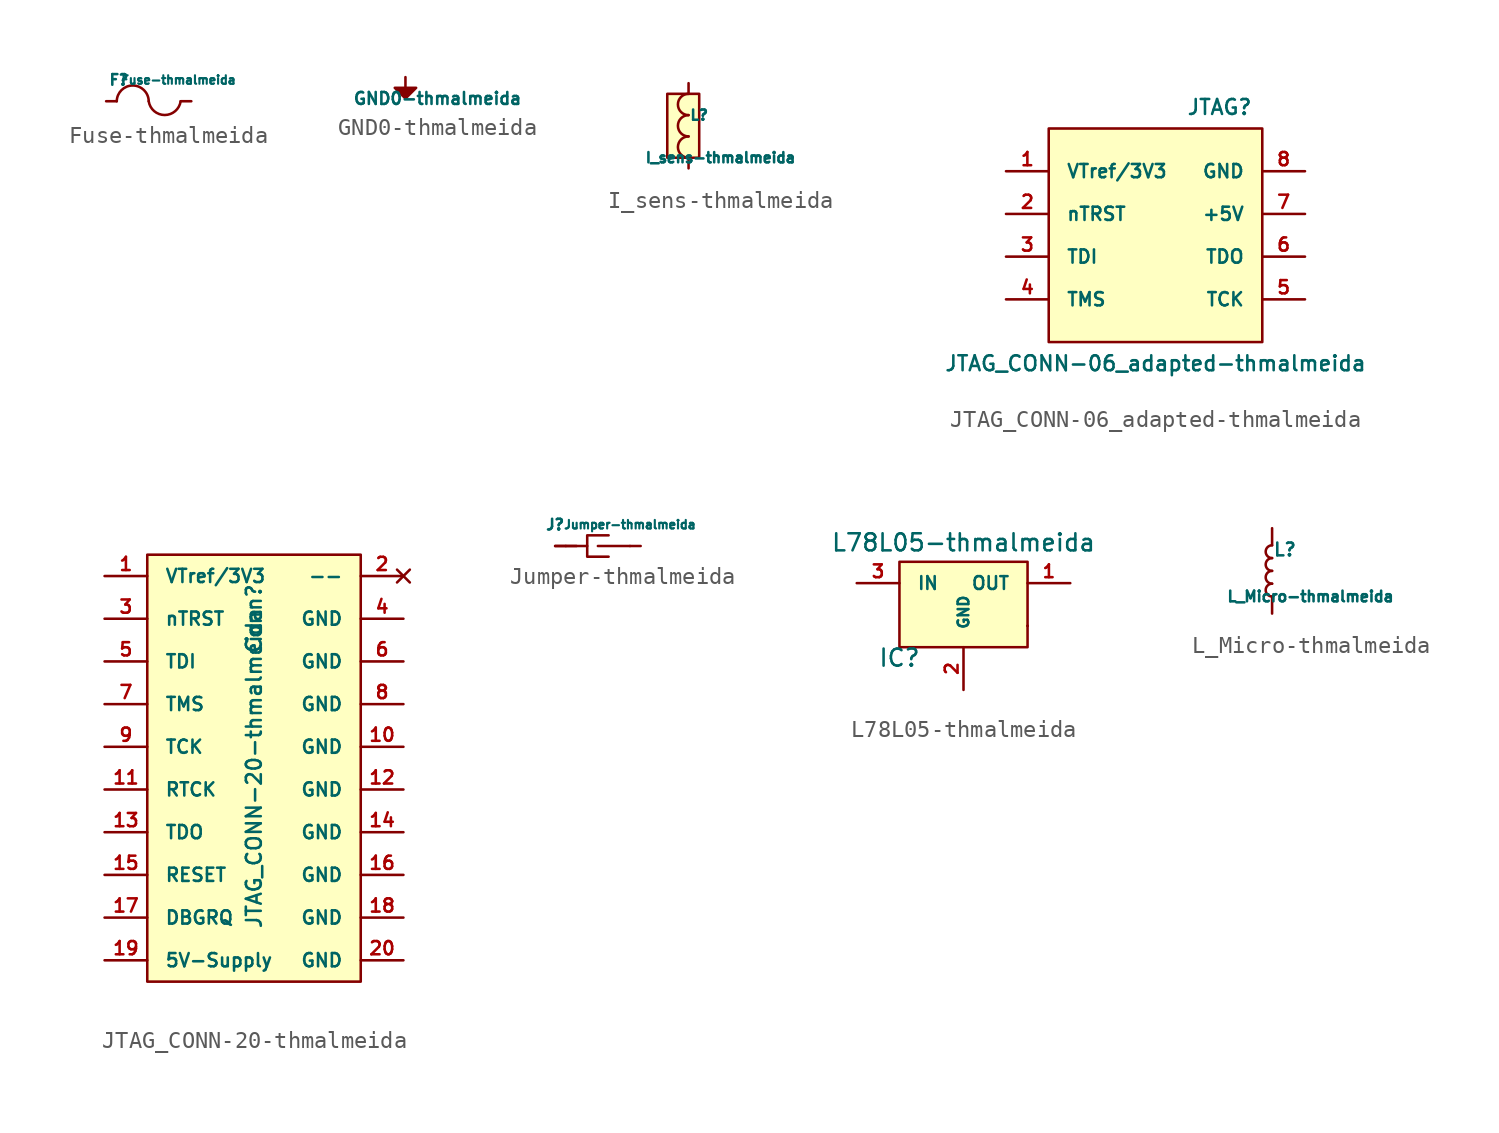
<source format=kicad_sym>
(kicad_symbol_lib
  (version 20211014)
  (generator kicad_symbol_editor)
  (symbol "Fuse-thmalmeida"
    (pin_numbers hide)
    (pin_names
      (offset 0) hide)
    (property "Reference" "F"
      (at -1.778 1.27 0)
      (effects (font (size 0.635 0.635))))
    (property "Value" "Fuse-thmalmeida"
      (at 1.778 1.27 0)
      (effects (font (size 0.508 0.508))))
    (property "Datasheet" ""
      (at -1.778 1.27 0)
      (effects (font (size 1.524 1.524))))
    (symbol "Fuse-thmalmeida_0_1"
      (arc (start 0 0) (mid -0.9398 0.9398) (end -1.905 0) (stroke (width 0) (type default) (color 0 0 0 0)) (fill (type none)))
      (arc (start 0 0) (mid 0.9415 -0.8213) (end 1.905 0) (stroke (width 0) (type default) (color 0 0 0 0)) (fill (type none))))
    (symbol "Fuse-thmalmeida_1_1"
      (pin passive line (at 2.54 0 180) (length 0.635) (name "A" (effects (font (size 0.635 0.635)))) (number "1" (effects (font (size 0.635 0.635)))))
      (pin passive line (at -2.54 0 0) (length 0.635) (name "B" (effects (font (size 0.635 0.635)))) (number "2" (effects (font (size 0.635 0.635)))))))
  (symbol "GND0-thmalmeida"
    (power)
    (pin_names
      (offset 0))
    (property "Reference" "#PWR"
      (at 0 -6.35 0)
      (effects (font (size 1.27 1.27)) hide))
    (property "Value" "GND0-thmalmeida"
      (at 1.905 -1.27 0)
      (effects (font (size 0.711 0.711))))
    (property "Footprint" ""
      (at 0 0 0)
      (effects (font (size 1.524 1.524))))
    (property "Datasheet" ""
      (at 0 0 0)
      (effects (font (size 1.524 1.524))))
    (symbol "GND0-thmalmeida_0_1"
      (polyline (pts (xy 0 -0.635) (xy 0 0)) (stroke (width 0) (type default) (color 0 0 0 0)) (fill (type none)))
      (polyline (pts (xy -0.635 -0.635) (xy 0.635 -0.635) (xy 0 -1.27) (xy -0.635 -0.635)) (stroke (width 0) (type default) (color 0 0 0 0)) (fill (type outline))))
    (symbol "GND0-thmalmeida_1_1"
      (pin power_in line (at 0 0 270) (length 0) hide (name "GND" (effects (font (size 1.27 1.27)))) (number "1" (effects (font (size 1.27 1.27)))))))
  (symbol "I_sens-thmalmeida"
    (pin_numbers hide)
    (pin_names
      (offset 0) hide)
    (property "Reference" "L"
      (at 0.635 0.635 0)
      (effects (font (size 0.61 0.61))))
    (property "Value" "I_sens-thmalmeida"
      (at 1.905 -1.905 0)
      (effects (font (size 0.61 0.61))))
    (property "Datasheet" ""
      (at 0 0 90)
      (effects (font (size 1.524 1.524))))
    (symbol "I_sens-thmalmeida_0_1"
      (rectangle (start -1.27 1.905) (end 0.635 -1.905) (stroke (width 0) (type default) (color 0 0 0 0)) (fill (type background)))
      (arc (start 0 -0.635) (mid -0.635 -1.27) (end 0 -1.905) (stroke (width 0) (type default) (color 0 0 0 0)) (fill (type none)))
      (arc (start 0 0.635) (mid -0.635 0) (end 0 -0.635) (stroke (width 0) (type default) (color 0 0 0 0)) (fill (type none)))
      (arc (start 0 1.905) (mid -0.635 1.27) (end 0 0.635) (stroke (width 0) (type default) (color 0 0 0 0)) (fill (type none))))
    (symbol "I_sens-thmalmeida_1_1"
      (pin passive line (at 0 2.54 270) (length 0.635) (name "A" (effects (font (size 0.635 0.635)))) (number "1" (effects (font (size 0.635 0.635)))))
      (pin passive line (at 0 -2.54 90) (length 0.635) (name "B" (effects (font (size 0.635 0.635)))) (number "2" (effects (font (size 0.635 0.635)))))))
  (symbol "JTAG_CONN-06_adapted-thmalmeida"
    (pin_names
      (offset 1.016))
    (property "Reference" "JTAG"
      (at 3.81 7.62 0)
      (effects (font (size 0.889 0.889))))
    (property "Value" "JTAG_CONN-06_adapted-thmalmeida"
      (at 0 -7.62 0)
      (effects (font (size 0.889 0.889))))
    (property "Datasheet" ""
      (at 0 -1.041 0)
      (effects (font (size 1.524 1.524))))
    (symbol "JTAG_CONN-06_adapted-thmalmeida_0_1"
      (rectangle (start -6.35 6.35) (end 6.35 -6.35) (stroke (width 0) (type default) (color 0 0 0 0)) (fill (type background))))
    (symbol "JTAG_CONN-06_adapted-thmalmeida_1_1"
      (pin power_in line (at -8.89 3.81 0) (length 2.54) (name "VTref/3V3" (effects (font (size 0.787 0.787)))) (number "1" (effects (font (size 0.787 0.787)))))
      (pin passive line (at -8.89 1.27 0) (length 2.54) (name "nTRST" (effects (font (size 0.787 0.787)))) (number "2" (effects (font (size 0.787 0.787)))))
      (pin passive line (at -8.89 -1.27 0) (length 2.54) (name "TDI" (effects (font (size 0.787 0.787)))) (number "3" (effects (font (size 0.787 0.787)))))
      (pin passive line (at -8.89 -3.81 0) (length 2.54) (name "TMS" (effects (font (size 0.787 0.787)))) (number "4" (effects (font (size 0.787 0.787)))))
      (pin passive line (at 8.89 -3.81 180) (length 2.54) (name "TCK" (effects (font (size 0.787 0.787)))) (number "5" (effects (font (size 0.787 0.787)))))
      (pin passive line (at 8.89 -1.27 180) (length 2.54) (name "TDO" (effects (font (size 0.787 0.787)))) (number "6" (effects (font (size 0.787 0.787)))))
      (pin power_in line (at 8.89 1.27 180) (length 2.54) (name "+5V" (effects (font (size 0.787 0.787)))) (number "7" (effects (font (size 0.787 0.787)))))
      (pin power_in line (at 8.89 3.81 180) (length 2.54) (name "GND" (effects (font (size 0.787 0.787)))) (number "8" (effects (font (size 0.787 0.787)))))))
  (symbol "JTAG_CONN-20-thmalmeida"
    (pin_names
      (offset 1.016))
    (property "Reference" "Conn"
      (at 0 8.89 90)
      (effects (font (size 0.889 0.889))))
    (property "Value" "JTAG_CONN-20-thmalmeida"
      (at 0 0 90)
      (effects (font (size 0.889 0.889))))
    (property "Datasheet" ""
      (at 0 6.579 0)
      (effects (font (size 1.524 1.524))))
    (symbol "JTAG_CONN-20-thmalmeida_0_1"
      (rectangle (start -6.35 12.7) (end 6.35 -12.7) (stroke (width 0) (type default) (color 0 0 0 0)) (fill (type background))))
    (symbol "JTAG_CONN-20-thmalmeida_1_1"
      (pin passive line (at -8.89 11.43 0) (length 2.54) (name "VTref/3V3" (effects (font (size 0.787 0.787)))) (number "1" (effects (font (size 0.787 0.787)))))
      (pin passive line (at 8.89 1.27 180) (length 2.54) (name "GND" (effects (font (size 0.787 0.787)))) (number "10" (effects (font (size 0.787 0.787)))))
      (pin passive line (at -8.89 -1.27 0) (length 2.54) (name "RTCK" (effects (font (size 0.787 0.787)))) (number "11" (effects (font (size 0.787 0.787)))))
      (pin passive line (at 8.89 -1.27 180) (length 2.54) (name "GND" (effects (font (size 0.787 0.787)))) (number "12" (effects (font (size 0.787 0.787)))))
      (pin passive line (at -8.89 -3.81 0) (length 2.54) (name "TDO" (effects (font (size 0.787 0.787)))) (number "13" (effects (font (size 0.787 0.787)))))
      (pin passive line (at 8.89 -3.81 180) (length 2.54) (name "GND" (effects (font (size 0.787 0.787)))) (number "14" (effects (font (size 0.787 0.787)))))
      (pin passive line (at -8.89 -6.35 0) (length 2.54) (name "RESET" (effects (font (size 0.787 0.787)))) (number "15" (effects (font (size 0.787 0.787)))))
      (pin passive line (at 8.89 -6.35 180) (length 2.54) (name "GND" (effects (font (size 0.787 0.787)))) (number "16" (effects (font (size 0.787 0.787)))))
      (pin passive line (at -8.89 -8.89 0) (length 2.54) (name "DBGRQ" (effects (font (size 0.787 0.787)))) (number "17" (effects (font (size 0.787 0.787)))))
      (pin passive line (at 8.89 -8.89 180) (length 2.54) (name "GND" (effects (font (size 0.787 0.787)))) (number "18" (effects (font (size 0.787 0.787)))))
      (pin passive line (at -8.89 -11.43 0) (length 2.54) (name "5V-Supply" (effects (font (size 0.787 0.787)))) (number "19" (effects (font (size 0.787 0.787)))))
      (pin no_connect line (at 8.89 11.43 180) (length 2.54) (name "--" (effects (font (size 0.787 0.787)))) (number "2" (effects (font (size 0.787 0.787)))))
      (pin passive line (at 8.89 -11.43 180) (length 2.54) (name "GND" (effects (font (size 0.787 0.787)))) (number "20" (effects (font (size 0.787 0.787)))))
      (pin passive line (at -8.89 8.89 0) (length 2.54) (name "nTRST" (effects (font (size 0.787 0.787)))) (number "3" (effects (font (size 0.787 0.787)))))
      (pin passive line (at 8.89 8.89 180) (length 2.54) (name "GND" (effects (font (size 0.787 0.787)))) (number "4" (effects (font (size 0.787 0.787)))))
      (pin passive line (at -8.89 6.35 0) (length 2.54) (name "TDI" (effects (font (size 0.787 0.787)))) (number "5" (effects (font (size 0.787 0.787)))))
      (pin passive line (at 8.89 6.35 180) (length 2.54) (name "GND" (effects (font (size 0.787 0.787)))) (number "6" (effects (font (size 0.787 0.787)))))
      (pin passive line (at -8.89 3.81 0) (length 2.54) (name "TMS" (effects (font (size 0.787 0.787)))) (number "7" (effects (font (size 0.787 0.787)))))
      (pin passive line (at 8.89 3.81 180) (length 2.54) (name "GND" (effects (font (size 0.787 0.787)))) (number "8" (effects (font (size 0.787 0.787)))))
      (pin passive line (at -8.89 1.27 0) (length 2.54) (name "TCK" (effects (font (size 0.787 0.787)))) (number "9" (effects (font (size 0.787 0.787)))))))
  (symbol "Jumper-thmalmeida"
    (pin_numbers hide)
    (pin_names
      (offset 0) hide)
    (property "Reference" "J"
      (at -2.54 1.27 0)
      (effects (font (size 0.635 0.635))))
    (property "Value" "Jumper-thmalmeida"
      (at 1.905 1.27 0)
      (effects (font (size 0.508 0.508))))
    (property "Datasheet" ""
      (at -0.635 0 0)
      (effects (font (size 1.524 1.524))))
    (symbol "Jumper-thmalmeida_0_1"
      (polyline (pts (xy -1.905 0) (xy -2.54 0)) (stroke (width 0) (type default) (color 0 0 0 0)) (fill (type none)))
      (polyline (pts (xy -1.905 0) (xy -1.27 0)) (stroke (width 0) (type default) (color 0 0 0 0)) (fill (type none)))
      (polyline (pts (xy 1.905 0) (xy 1.27 0) (xy 0 0)) (stroke (width 0) (type default) (color 0 0 0 0)) (fill (type none)))
      (polyline (pts (xy 0.635 -0.635) (xy -0.635 -0.635) (xy -0.635 0) (xy -0.635 0.635) (xy 0.635 0.635)) (stroke (width 0) (type default) (color 0 0 0 0)) (fill (type none))))
    (symbol "Jumper-thmalmeida_1_1"
      (pin passive line (at -2.54 0 0) (length 1.905) (name "A" (effects (font (size 0.635 0.635)))) (number "1" (effects (font (size 0.635 0.635)))))
      (pin passive line (at 2.54 0 180) (length 0.635) (name "B" (effects (font (size 0.635 0.635)))) (number "2" (effects (font (size 0.635 0.635)))))))
  (symbol "L78L05-thmalmeida"
    (pin_names
      (offset 1.016))
    (property "Reference" "IC"
      (at -3.81 -3.175 0)
      (effects (font (size 1.016 1.016))))
    (property "Value" "L78L05-thmalmeida"
      (at 0 3.683 0)
      (effects (font (size 1.016 1.016))))
    (property "Datasheet" ""
      (at -3.81 -3.175 0)
      (effects (font (size 1.524 1.524))))
    (symbol "L78L05-thmalmeida_0_0"
      (rectangle (start -3.81 2.54) (end 3.81 -2.54) (stroke (width 0) (type default) (color 0 0 0 0)) (fill (type background)))
      (rectangle (start 3.81 -1.27) (end 3.81 -1.27) (stroke (width 0) (type default) (color 0 0 0 0)) (fill (type none)))
      (rectangle (start 3.81 -1.27) (end 3.81 -1.27) (stroke (width 0) (type default) (color 0 0 0 0)) (fill (type none))))
    (symbol "L78L05-thmalmeida_1_1"
      (pin power_out line (at 6.35 1.27 180) (length 2.54) (name "OUT" (effects (font (size 0.762 0.762)))) (number "1" (effects (font (size 0.762 0.762)))))
      (pin power_in line (at 0 -5.08 90) (length 2.54) (name "GND" (effects (font (size 0.635 0.635)))) (number "2" (effects (font (size 0.762 0.762)))))
      (pin input line (at -6.35 1.27 0) (length 2.54) (name "IN" (effects (font (size 0.762 0.762)))) (number "3" (effects (font (size 0.762 0.762)))))))
  (symbol "L_Micro-thmalmeida"
    (pin_numbers hide)
    (pin_names
      (offset 0) hide)
    (property "Reference" "L"
      (at 0.762 1.27 0)
      (effects (font (size 0.762 0.762))))
    (property "Value" "L_Micro-thmalmeida"
      (at 2.286 -1.524 0)
      (effects (font (size 0.635 0.635))))
    (property "Datasheet" ""
      (at 1.016 1.27 0)
      (effects (font (size 1.524 1.524))))
    (symbol "L_Micro-thmalmeida_0_1"
      (arc (start 0 -0.762) (mid -0.381 -1.143) (end 0 -1.524) (stroke (width 0) (type default) (color 0 0 0 0)) (fill (type none)))
      (arc (start 0 0) (mid -0.381 -0.381) (end 0 -0.762) (stroke (width 0) (type default) (color 0 0 0 0)) (fill (type none)))
      (arc (start 0 0.762) (mid -0.381 0.381) (end 0 0) (stroke (width 0) (type default) (color 0 0 0 0)) (fill (type none)))
      (arc (start 0 1.524) (mid -0.381 1.143) (end 0 0.762) (stroke (width 0) (type default) (color 0 0 0 0)) (fill (type none))))
    (symbol "L_Micro-thmalmeida_1_1"
      (pin passive line (at 0 2.54 270) (length 1.016) (name "A" (effects (font (size 0.635 0.635)))) (number "1" (effects (font (size 0.635 0.635)))))
      (pin passive line (at 0 -2.54 90) (length 1.016) (name "B" (effects (font (size 0.635 0.635)))) (number "2" (effects (font (size 0.635 0.635))))))))
</source>
